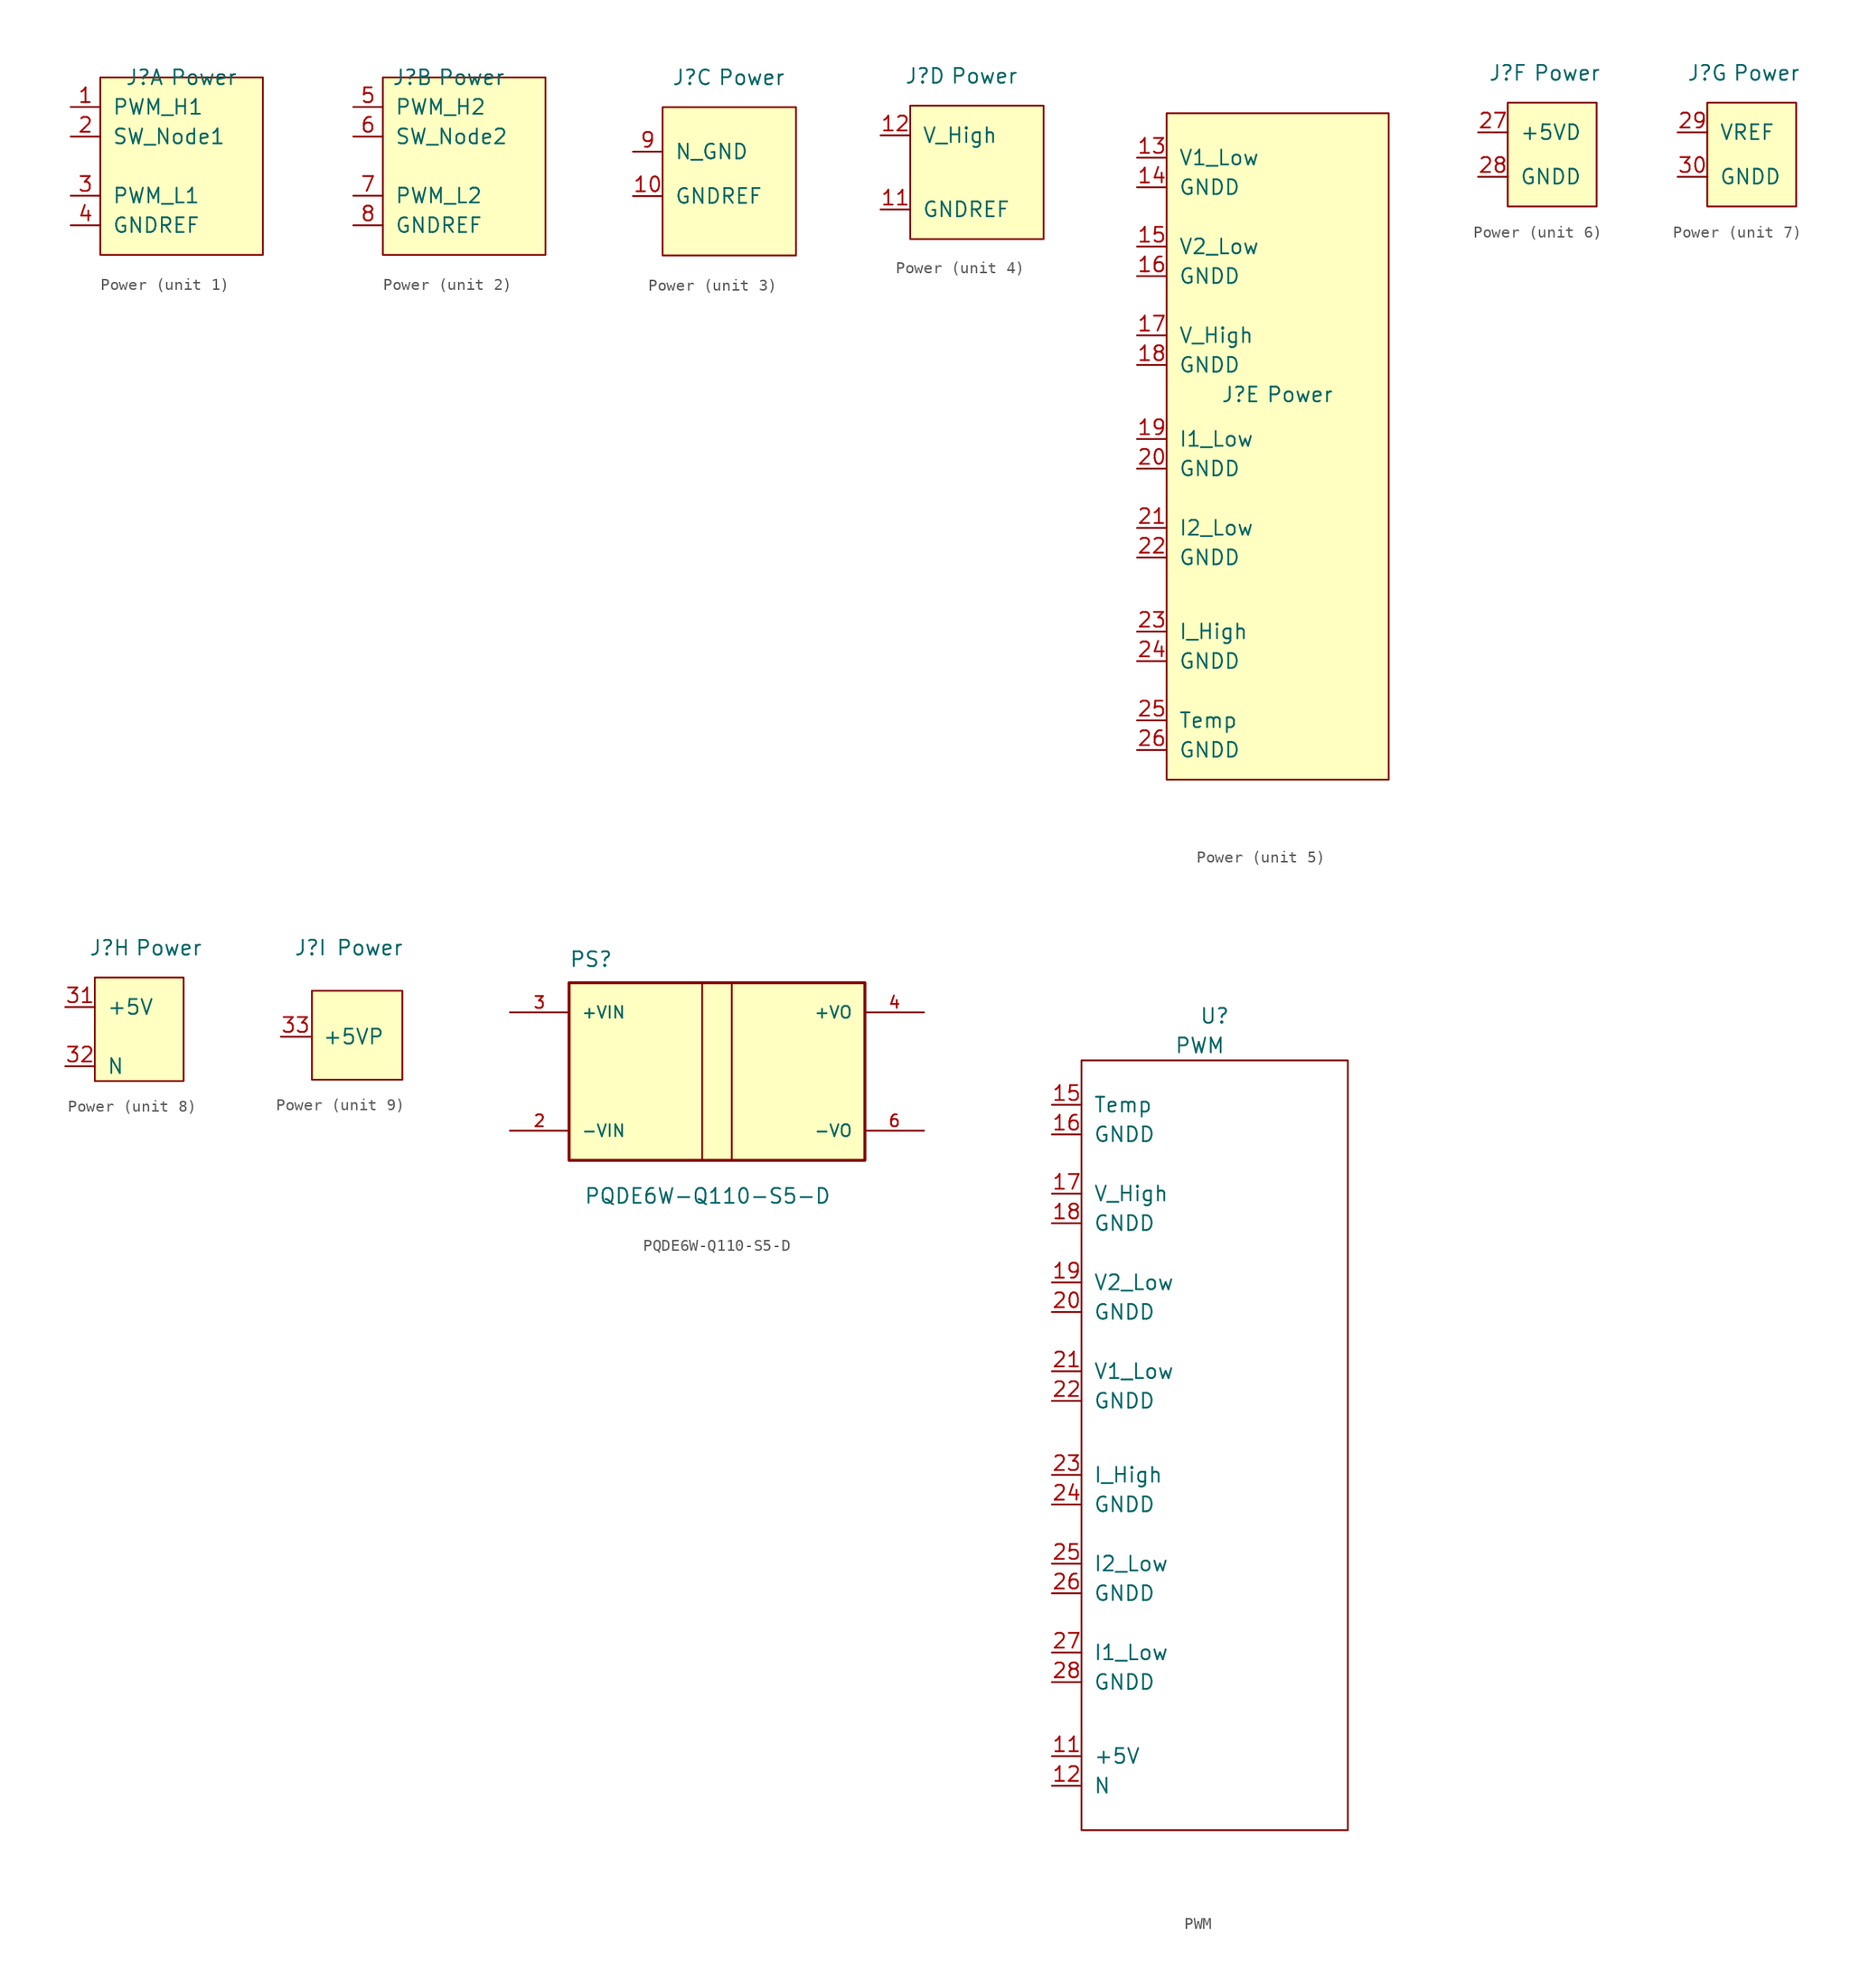
<source format=kicad_sym>
(kicad_symbol_lib
  (version 20241209)
  (generator "kicad_symbol_editor")
  (generator_version "9.0")
  (symbol "Power"
    (pin_names
      (offset 1.016))
    (property "Reference" "J"
      (at -3.81 7.62 0)
      (effects (font (size 1.27 1.27))))
    (property "Value" "Power"
      (at 1.27 7.62 0)
      (effects (font (size 1.27 1.27))))
    (property "ki_locked" ""
      (at 0 0 0)
      (effects (font (size 1.27 1.27))))
    (symbol "Power_1_1"
      (rectangle (start -7.62 7.62) (end 6.35 -7.62) (stroke (width 0) (type default)) (fill (type background)))
      (pin input line (at -10.16 5.08 0) (length 2.54) (name "PWM_H1" (effects (font (size 1.27 1.27)))) (number "1" (effects (font (size 1.27 1.27)))))
      (pin input line (at -10.16 2.54 0) (length 2.54) (name "SW_Node1" (effects (font (size 1.27 1.27)))) (number "2" (effects (font (size 1.27 1.27)))))
      (pin input line (at -10.16 -2.54 0) (length 2.54) (name "PWM_L1" (effects (font (size 1.27 1.27)))) (number "3" (effects (font (size 1.27 1.27)))))
      (pin input line (at -10.16 -5.08 0) (length 2.54) (name "GNDREF" (effects (font (size 1.27 1.27)))) (number "4" (effects (font (size 1.27 1.27))))))
    (symbol "Power_2_1"
      (rectangle (start -6.35 7.62) (end 7.62 -7.62) (stroke (width 0) (type default)) (fill (type background)))
      (pin input line (at -8.89 5.08 0) (length 2.54) (name "PWM_H2" (effects (font (size 1.27 1.27)))) (number "5" (effects (font (size 1.27 1.27)))))
      (pin input line (at -8.89 2.54 0) (length 2.54) (name "SW_Node2" (effects (font (size 1.27 1.27)))) (number "6" (effects (font (size 1.27 1.27)))))
      (pin input line (at -8.89 -2.54 0) (length 2.54) (name "PWM_L2" (effects (font (size 1.27 1.27)))) (number "7" (effects (font (size 1.27 1.27)))))
      (pin input line (at -8.89 -5.08 0) (length 2.54) (name "GNDREF" (effects (font (size 1.27 1.27)))) (number "8" (effects (font (size 1.27 1.27))))))
    (symbol "Power_3_1"
      (rectangle (start -6.35 5.08) (end 5.08 -7.62) (stroke (width 0) (type default)) (fill (type background)))
      (pin input line (at -8.89 1.27 0) (length 2.54) (name "N_GND" (effects (font (size 1.27 1.27)))) (number "9" (effects (font (size 1.27 1.27)))))
      (pin input line (at -8.89 -2.54 0) (length 2.54) (name "GNDREF" (effects (font (size 1.27 1.27)))) (number "10" (effects (font (size 1.27 1.27))))))
    (symbol "Power_4_1"
      (rectangle (start -5.08 5.08) (end 6.35 -6.35) (stroke (width 0) (type default)) (fill (type background)))
      (pin input line (at -7.62 2.54 0) (length 2.54) (name "V_High" (effects (font (size 1.27 1.27)))) (number "12" (effects (font (size 1.27 1.27)))))
      (pin input line (at -7.62 -3.81 0) (length 2.54) (name "GNDREF" (effects (font (size 1.27 1.27)))) (number "11" (effects (font (size 1.27 1.27))))))
    (symbol "Power_5_1"
      (rectangle (start -10.16 31.75) (end 8.89 -25.4) (stroke (width 0) (type default)) (fill (type background)))
      (pin input line (at -12.7 27.94 0) (length 2.54) (name "V1_Low" (effects (font (size 1.27 1.27)))) (number "13" (effects (font (size 1.27 1.27)))))
      (pin input line (at -12.7 25.4 0) (length 2.54) (name "GNDD" (effects (font (size 1.27 1.27)))) (number "14" (effects (font (size 1.27 1.27)))))
      (pin input line (at -12.7 20.32 0) (length 2.54) (name "V2_Low" (effects (font (size 1.27 1.27)))) (number "15" (effects (font (size 1.27 1.27)))))
      (pin input line (at -12.7 17.78 0) (length 2.54) (name "GNDD" (effects (font (size 1.27 1.27)))) (number "16" (effects (font (size 1.27 1.27)))))
      (pin input line (at -12.7 12.7 0) (length 2.54) (name "V_High" (effects (font (size 1.27 1.27)))) (number "17" (effects (font (size 1.27 1.27)))))
      (pin input line (at -12.7 10.16 0) (length 2.54) (name "GNDD" (effects (font (size 1.27 1.27)))) (number "18" (effects (font (size 1.27 1.27)))))
      (pin input line (at -12.7 3.81 0) (length 2.54) (name "I1_Low" (effects (font (size 1.27 1.27)))) (number "19" (effects (font (size 1.27 1.27)))))
      (pin input line (at -12.7 1.27 0) (length 2.54) (name "GNDD" (effects (font (size 1.27 1.27)))) (number "20" (effects (font (size 1.27 1.27)))))
      (pin input line (at -12.7 -3.81 0) (length 2.54) (name "I2_Low" (effects (font (size 1.27 1.27)))) (number "21" (effects (font (size 1.27 1.27)))))
      (pin input line (at -12.7 -6.35 0) (length 2.54) (name "GNDD" (effects (font (size 1.27 1.27)))) (number "22" (effects (font (size 1.27 1.27)))))
      (pin input line (at -12.7 -12.7 0) (length 2.54) (name "I_High" (effects (font (size 1.27 1.27)))) (number "23" (effects (font (size 1.27 1.27)))))
      (pin input line (at -12.7 -15.24 0) (length 2.54) (name "GNDD" (effects (font (size 1.27 1.27)))) (number "24" (effects (font (size 1.27 1.27)))))
      (pin input line (at -12.7 -20.32 0) (length 2.54) (name "Temp" (effects (font (size 1.27 1.27)))) (number "25" (effects (font (size 1.27 1.27)))))
      (pin input line (at -12.7 -22.86 0) (length 2.54) (name "GNDD" (effects (font (size 1.27 1.27)))) (number "26" (effects (font (size 1.27 1.27))))))
    (symbol "Power_6_1"
      (rectangle (start -3.81 5.08) (end 3.81 -3.81) (stroke (width 0) (type default)) (fill (type background)))
      (pin output line (at -6.35 2.54 0) (length 2.54) (name "+5VD" (effects (font (size 1.27 1.27)))) (number "27" (effects (font (size 1.27 1.27)))))
      (pin output line (at -6.35 -1.27 0) (length 2.54) (name "GNDD" (effects (font (size 1.27 1.27)))) (number "28" (effects (font (size 1.27 1.27))))))
    (symbol "Power_7_1"
      (rectangle (start -3.81 5.08) (end 3.81 -3.81) (stroke (width 0) (type default)) (fill (type background)))
      (pin output line (at -6.35 2.54 0) (length 2.54) (name "VREF" (effects (font (size 1.27 1.27)))) (number "29" (effects (font (size 1.27 1.27)))))
      (pin output line (at -6.35 -1.27 0) (length 2.54) (name "GNDD" (effects (font (size 1.27 1.27)))) (number "30" (effects (font (size 1.27 1.27))))))
    (symbol "Power_8_1"
      (rectangle (start -5.08 5.08) (end 2.54 -3.81) (stroke (width 0) (type default)) (fill (type background)))
      (pin output line (at -7.62 2.54 0) (length 2.54) (name "+5V" (effects (font (size 1.27 1.27)))) (number "31" (effects (font (size 1.27 1.27)))))
      (pin output line (at -7.62 -2.54 0) (length 2.54) (name "N" (effects (font (size 1.27 1.27)))) (number "32" (effects (font (size 1.27 1.27))))))
    (symbol "Power_9_1"
      (rectangle (start -3.683 3.937) (end 4.064 -3.683) (stroke (width 0) (type default)) (fill (type background)))
      (pin input line (at -6.35 0 0) (length 2.54) (name "+5VP" (effects (font (size 1.27 1.27)))) (number "33" (effects (font (size 1.27 1.27)))))))
  (symbol "PQDE6W-Q110-S5-D"
    (pin_names
      (offset 1.016))
    (property "Reference" "PS"
      (at -12.7 8.89 0)
      (effects (font (size 1.27 1.27)) (justify left bottom)))
    (property "Value" "PQDE6W-Q110-S5-D"
      (at -11.43 -11.43 0)
      (effects (font (size 1.27 1.27)) (justify left bottom)))
    (symbol "PQDE6W-Q110-S5-D_0_0"
      (rectangle (start -12.7 -7.62) (end 12.7 7.62) (stroke (width 0.254) (type default)) (fill (type background)))
      (pin input line (at -17.78 5.08 0) (length 5.08) (name "+VIN" (effects (font (size 1.016 1.016)))) (number "3" (effects (font (size 1.016 1.016)))))
      (pin input line (at -17.78 -5.08 0) (length 5.08) (name "-VIN" (effects (font (size 1.016 1.016)))) (number "2" (effects (font (size 1.016 1.016)))))
      (pin output line (at 17.78 5.08 180) (length 5.08) (name "+VO" (effects (font (size 1.016 1.016)))) (number "4" (effects (font (size 1.016 1.016)))))
      (pin output line (at 17.78 -5.08 180) (length 5.08) (name "-VO" (effects (font (size 1.016 1.016)))) (number "6" (effects (font (size 1.016 1.016))))))
    (symbol "PQDE6W-Q110-S5-D_0_1"
      (polyline (pts (xy -1.27 7.62) (xy -1.27 -7.62)) (stroke (width 0) (type default)) (fill (type none)))
      (polyline (pts (xy 1.27 7.62) (xy 1.27 -7.62)) (stroke (width 0) (type default)) (fill (type none)))))
  (symbol "PWM"
    (pin_names
      (offset 1.016))
    (property "Reference" "U"
      (at -5.08 35.56 0)
      (effects (font (size 1.27 1.27))))
    (property "Value" "PWM"
      (at -6.35 33.02 0)
      (effects (font (size 1.27 1.27))))
    (symbol "PWM_0_1"
      (rectangle (start -16.51 31.75) (end 6.35 -34.29) (stroke (width 0) (type default)) (fill (type none))))
    (symbol "PWM_1_1"
      (pin input line (at -19.05 27.94 0) (length 2.54) (name "Temp" (effects (font (size 1.27 1.27)))) (number "15" (effects (font (size 1.27 1.27)))))
      (pin input line (at -19.05 25.4 0) (length 2.54) (name "GNDD" (effects (font (size 1.27 1.27)))) (number "16" (effects (font (size 1.27 1.27)))))
      (pin input line (at -19.05 20.32 0) (length 2.54) (name "V_High" (effects (font (size 1.27 1.27)))) (number "17" (effects (font (size 1.27 1.27)))))
      (pin input line (at -19.05 17.78 0) (length 2.54) (name "GNDD" (effects (font (size 1.27 1.27)))) (number "18" (effects (font (size 1.27 1.27)))))
      (pin input line (at -19.05 12.7 0) (length 2.54) (name "V2_Low" (effects (font (size 1.27 1.27)))) (number "19" (effects (font (size 1.27 1.27)))))
      (pin input line (at -19.05 10.16 0) (length 2.54) (name "GNDD" (effects (font (size 1.27 1.27)))) (number "20" (effects (font (size 1.27 1.27)))))
      (pin input line (at -19.05 5.08 0) (length 2.54) (name "V1_Low" (effects (font (size 1.27 1.27)))) (number "21" (effects (font (size 1.27 1.27)))))
      (pin input line (at -19.05 2.54 0) (length 2.54) (name "GNDD" (effects (font (size 1.27 1.27)))) (number "22" (effects (font (size 1.27 1.27)))))
      (pin input line (at -19.05 -3.81 0) (length 2.54) (name "I_High" (effects (font (size 1.27 1.27)))) (number "23" (effects (font (size 1.27 1.27)))))
      (pin input line (at -19.05 -6.35 0) (length 2.54) (name "GNDD" (effects (font (size 1.27 1.27)))) (number "24" (effects (font (size 1.27 1.27)))))
      (pin input line (at -19.05 -11.43 0) (length 2.54) (name "I2_Low" (effects (font (size 1.27 1.27)))) (number "25" (effects (font (size 1.27 1.27)))))
      (pin input line (at -19.05 -13.97 0) (length 2.54) (name "GNDD" (effects (font (size 1.27 1.27)))) (number "26" (effects (font (size 1.27 1.27)))))
      (pin input line (at -19.05 -19.05 0) (length 2.54) (name "I1_Low" (effects (font (size 1.27 1.27)))) (number "27" (effects (font (size 1.27 1.27)))))
      (pin input line (at -19.05 -21.59 0) (length 2.54) (name "GNDD" (effects (font (size 1.27 1.27)))) (number "28" (effects (font (size 1.27 1.27)))))
      (pin output line (at -19.05 -27.94 0) (length 2.54) (name "+5V" (effects (font (size 1.27 1.27)))) (number "11" (effects (font (size 1.27 1.27)))))
      (pin output line (at -19.05 -30.48 0) (length 2.54) (name "N" (effects (font (size 1.27 1.27)))) (number "12" (effects (font (size 1.27 1.27))))))))
</source>
